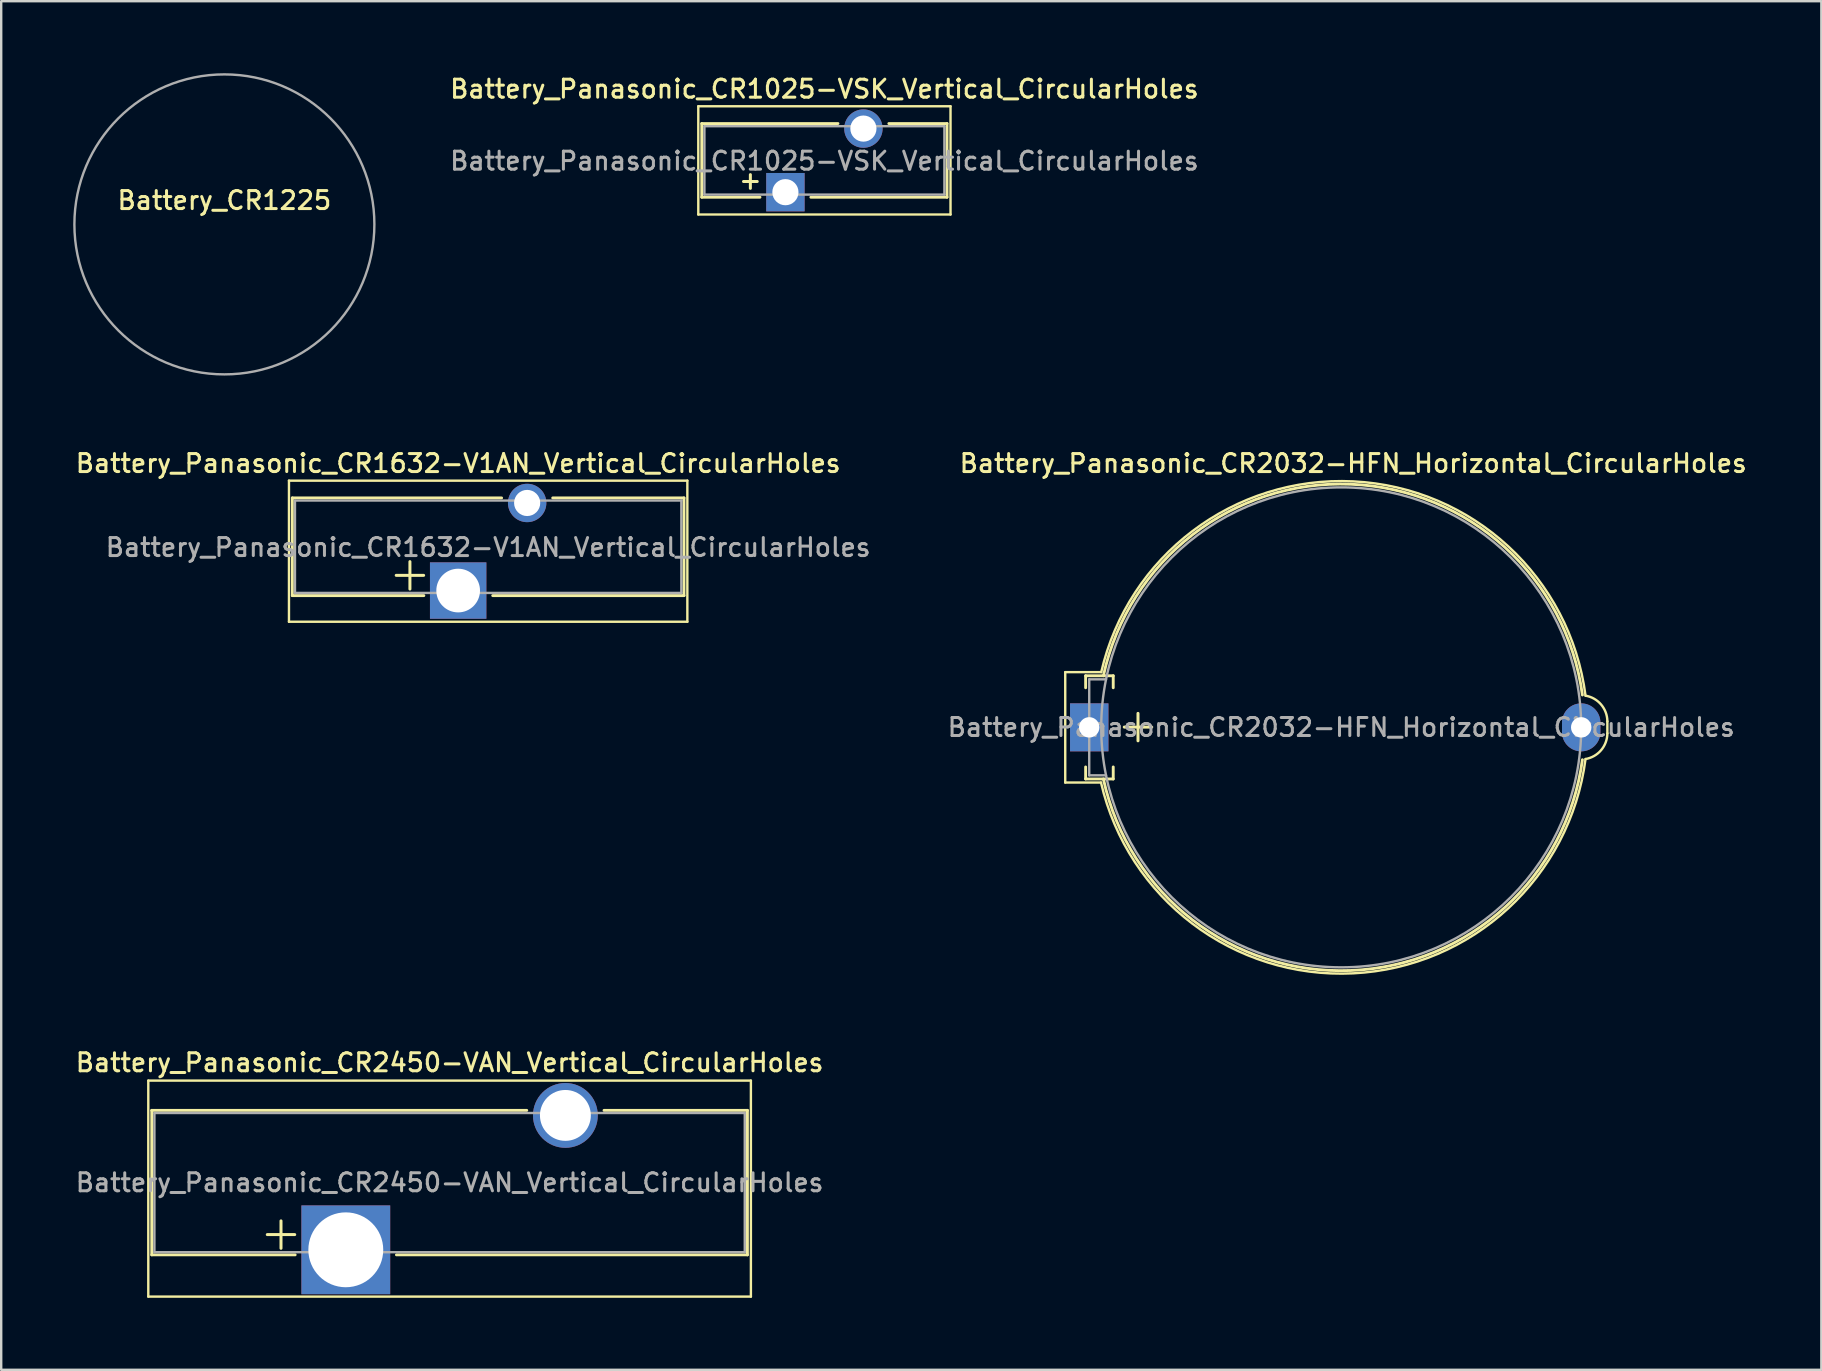
<source format=kicad_pcb>
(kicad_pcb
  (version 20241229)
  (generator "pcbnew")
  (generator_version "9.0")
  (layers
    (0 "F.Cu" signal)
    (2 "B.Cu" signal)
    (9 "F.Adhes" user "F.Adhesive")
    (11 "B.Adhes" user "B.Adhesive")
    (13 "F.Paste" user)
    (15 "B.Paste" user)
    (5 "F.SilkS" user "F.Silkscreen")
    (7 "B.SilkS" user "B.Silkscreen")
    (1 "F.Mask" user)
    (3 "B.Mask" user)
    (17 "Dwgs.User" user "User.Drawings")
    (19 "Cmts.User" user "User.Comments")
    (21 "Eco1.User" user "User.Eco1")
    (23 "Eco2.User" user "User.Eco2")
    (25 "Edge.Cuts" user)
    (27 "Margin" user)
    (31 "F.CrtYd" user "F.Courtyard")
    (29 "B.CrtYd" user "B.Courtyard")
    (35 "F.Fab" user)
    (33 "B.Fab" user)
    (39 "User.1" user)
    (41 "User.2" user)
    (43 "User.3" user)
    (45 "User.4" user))
  (footprint "Battery_Panasonic_CR2032-HFN_Horizontal_CircularHoles"
    (layer "F.Cu")
    (at 42.337 27.258)
    (property "Reference" "Battery_Panasonic_CR2032-HFN_Horizontal_CircularHoles" (at 11 -11 0) (layer "F.SilkS") (effects (font (size 0.75 0.75) (thickness 0.125))))
    (attr through_hole)
    (fp_line (start -1 -2.3) (end 0.5 -2.3) (stroke (width 0.1) (type default)) (layer "F.SilkS"))
    (fp_line (start -1 2.3) (end -1 -2.3) (stroke (width 0.1) (type default)) (layer "F.SilkS"))
    (fp_line (start -1 2.3) (end 0.49 2.3) (stroke (width 0.1) (type default)) (layer "F.SilkS"))
    (fp_line (start -0.15 -2.15) (end -0.15 -1.65) (stroke (width 0.12) (type default)) (layer "F.SilkS"))
    (fp_line (start -0.15 -2.15) (end 1 -2.15) (stroke (width 0.12) (type default)) (layer "F.SilkS"))
    (fp_line (start -0.15 2.15) (end -0.15 1.65) (stroke (width 0.12) (type default)) (layer "F.SilkS"))
    (fp_line (start -0.15 2.15) (end 1 2.15) (stroke (width 0.12) (type default)) (layer "F.SilkS"))
    (fp_line (start 1 -2.15) (end 1 -1.65) (stroke (width 0.12) (type default)) (layer "F.SilkS"))
    (fp_line (start 1 2.15) (end 1 1.65) (stroke (width 0.12) (type default)) (layer "F.SilkS"))
    (fp_line (start 21.59 -0.25) (end 21.59 0.25) (stroke (width 0.1) (type default)) (layer "F.SilkS"))
    (fp_arc (start 0.5 -2.3) (mid 10.99 -10.25) (end 20.68 -1.32) (stroke (width 0.1) (type default)) (layer "F.SilkS"))
    (fp_arc (start 0.59 -2.15) (mid 10.91 -10.13) (end 20.55 -1.35) (stroke (width 0.12) (type default)) (layer "F.SilkS"))
    (fp_arc (start 20.55 1.35) (mid 10.91 10.13) (end 0.59 2.15) (stroke (width 0.12) (type default)) (layer "F.SilkS"))
    (fp_arc (start 20.68 -1.32) (mid 21.33 -0.95) (end 21.59 -0.25) (stroke (width 0.1) (type default)) (layer "F.SilkS"))
    (fp_arc (start 20.68 1.32) (mid 10.99 10.25) (end 0.49 2.3) (stroke (width 0.1) (type default)) (layer "F.SilkS"))
    (fp_arc (start 21.59 0.25) (mid 21.33 0.95) (end 20.68 1.32) (stroke (width 0.1) (type default)) (layer "F.SilkS"))
    (fp_line (start 0 -2) (end 0.7 -2) (stroke (width 0.1) (type default)) (layer "F.Fab"))
    (fp_line (start 0 2) (end 0 -2) (stroke (width 0.1) (type default)) (layer "F.Fab"))
    (fp_line (start 0 2) (end 0.7 2) (stroke (width 0.1) (type default)) (layer "F.Fab"))
    (fp_circle (center 10.5 0) (end 20.5 0) (stroke (width 0.1) (type default)) (fill no) (layer "F.Fab"))
    (fp_text user "+" (at 2.032 -0.127 0) (layer "F.SilkS") (effects (font (size 1.5 1.5) (thickness 0.125))))
    (fp_text user "${REFERENCE}" (at 10.5 0 0) (layer "F.Fab") (effects (font (size 0.75 0.75) (thickness 0.125))))
    (pad "1" thru_hole rect (at 0 0) (size 1.6 2) (drill 0.85) (layers "*.Cu" "*.Mask"))
    (pad "2" thru_hole oval (at 20.5 0) (size 1.6 2) (drill 0.85) (layers "*.Cu" "*.Mask")))
  (footprint "Battery_Panasonic_CR1632-V1AN_Vertical_CircularHoles"
    (layer "F.Cu")
    (at 16.041 21.558)
    (property "Reference" "Battery_Panasonic_CR1632-V1AN_Vertical_CircularHoles" (at 0 -5.3 0) (layer "F.SilkS") (effects (font (size 0.75 0.75) (thickness 0.125))))
    (attr through_hole)
    (fp_line (start -7.05 -4.58) (end 9.55 -4.58) (stroke (width 0.1) (type solid)) (layer "F.SilkS"))
    (fp_line (start -7.05 1.3) (end -7.05 -4.58) (stroke (width 0.1) (type solid)) (layer "F.SilkS"))
    (fp_line (start -7.05 1.3) (end 9.55 1.3) (stroke (width 0.1) (type solid)) (layer "F.SilkS"))
    (fp_line (start -6.91 -3.86) (end 1.81 -3.86) (stroke (width 0.12) (type solid)) (layer "F.SilkS"))
    (fp_line (start -6.91 0.21) (end -6.91 -3.86) (stroke (width 0.12) (type solid)) (layer "F.SilkS"))
    (fp_line (start -6.91 0.21) (end -1.43 0.21) (stroke (width 0.12) (type solid)) (layer "F.SilkS"))
    (fp_line (start 1.44 0.21) (end 9.41 0.21) (stroke (width 0.12) (type solid)) (layer "F.SilkS"))
    (fp_line (start 3.94 -3.86) (end 9.41 -3.86) (stroke (width 0.12) (type solid)) (layer "F.SilkS"))
    (fp_line (start 9.41 0.21) (end 9.41 -3.86) (stroke (width 0.12) (type solid)) (layer "F.SilkS"))
    (fp_line (start 9.55 1.3) (end 9.55 -4.58) (stroke (width 0.1) (type solid)) (layer "F.SilkS"))
    (fp_line (start -6.8 -3.75) (end 9.3 -3.75) (stroke (width 0.1) (type solid)) (layer "F.Fab"))
    (fp_line (start -6.8 0.1) (end -6.8 -3.75) (stroke (width 0.1) (type solid)) (layer "F.Fab"))
    (fp_line (start -6.8 0.1) (end 9.3 0.1) (stroke (width 0.1) (type solid)) (layer "F.Fab"))
    (fp_line (start 9.3 0.1) (end 9.3 -3.75) (stroke (width 0.1) (type solid)) (layer "F.Fab"))
    (fp_text user "+" (at -2.01 -0.75 0) (layer "F.SilkS") (effects (font (size 1.5 1.5) (thickness 0.125))))
    (fp_text user "${REFERENCE}" (at 1.25 -1.8 180) (layer "F.Fab") (effects (font (size 0.75 0.75) (thickness 0.125))))
    (pad "1" thru_hole rect (at 0 0 90) (size 2.35 2.35) (drill 1.82) (layers "*.Cu" "*.Mask"))
    (pad "2" thru_hole circle (at 2.875 -3.65) (size 1.6 1.6) (drill 1.09) (layers "*.Cu" "*.Mask")))
  (footprint "Battery_Panasonic_CR2450-VAN_Vertical_CircularHoles"
    (layer "F.Cu")
    (at 11.359 49.028)
    (property "Reference" "Battery_Panasonic_CR2450-VAN_Vertical_CircularHoles" (at 4.325 -7.8 0) (layer "F.SilkS") (effects (font (size 0.75 0.75) (thickness 0.125))))
    (attr through_hole)
    (fp_line (start -8.23 -7.05) (end -8.23 1.95) (stroke (width 0.1) (type solid)) (layer "F.SilkS"))
    (fp_line (start -8.23 -7.05) (end 16.88 -7.05) (stroke (width 0.1) (type solid)) (layer "F.SilkS"))
    (fp_line (start -8.23 1.95) (end 16.88 1.95) (stroke (width 0.1) (type solid)) (layer "F.SilkS"))
    (fp_line (start -8.085 -5.81) (end -8.085 0.21) (stroke (width 0.12) (type solid)) (layer "F.SilkS"))
    (fp_line (start -8.085 -5.81) (end 7.54 -5.81) (stroke (width 0.12) (type solid)) (layer "F.SilkS"))
    (fp_line (start -8.085 0.21) (end -2.11 0.21) (stroke (width 0.12) (type solid)) (layer "F.SilkS"))
    (fp_line (start 2.11 0.21) (end 16.735 0.21) (stroke (width 0.12) (type solid)) (layer "F.SilkS"))
    (fp_line (start 10.76 -5.81) (end 16.735 -5.81) (stroke (width 0.12) (type solid)) (layer "F.SilkS"))
    (fp_line (start 16.735 -5.81) (end 16.735 0.21) (stroke (width 0.12) (type solid)) (layer "F.SilkS"))
    (fp_line (start 16.88 -7.05) (end 16.88 1.95) (stroke (width 0.1) (type solid)) (layer "F.SilkS"))
    (fp_line (start -7.975 -5.7) (end -7.975 0.1) (stroke (width 0.1) (type solid)) (layer "F.Fab"))
    (fp_line (start -7.975 -5.7) (end 16.625 -5.7) (stroke (width 0.1) (type solid)) (layer "F.Fab"))
    (fp_line (start -7.975 0.1) (end 16.625 0.1) (stroke (width 0.1) (type solid)) (layer "F.Fab"))
    (fp_line (start 16.625 -5.7) (end 16.625 0.1) (stroke (width 0.1) (type solid)) (layer "F.Fab"))
    (fp_text user "+" (at -2.7 -0.75 0) (layer "F.SilkS") (effects (font (size 1.5 1.5) (thickness 0.125))))
    (fp_text user "${REFERENCE}" (at 4.325 -2.8 180) (layer "F.Fab") (effects (font (size 0.75 0.75) (thickness 0.125))))
    (pad "1" thru_hole rect (at 0 0) (size 3.7 3.7) (drill 3.12) (layers "*.Cu" "*.Mask"))
    (pad "2" thru_hole circle (at 9.15 -5.6) (size 2.7 2.7) (drill 2.12) (layers "*.Cu" "*.Mask")))
  (footprint "Battery_CR1225"
    (layer "F.Cu")
    (at 6.3 6.3)
    (property "Reference" "Battery_CR1225" (at 0 -1 0) (layer "F.SilkS") (effects (font (size 0.75 0.75) (thickness 0.125))))
    (attr exclude_from_pos_files exclude_from_bom)
    (fp_circle (center 0 0) (end 6.25 0) (stroke (width 0.1) (type solid)) (fill no) (layer "F.Fab")))
  (footprint "Battery_Panasonic_CR1025-VSK_Vertical_CircularHoles"
    (layer "F.Cu")
    (at 29.677 4.958)
    (property "Reference" "Battery_Panasonic_CR1025-VSK_Vertical_CircularHoles" (at 1.625 -4.3 0) (layer "F.SilkS") (effects (font (size 0.75 0.75) (thickness 0.125))))
    (attr through_hole)
    (fp_line (start -3.63 -3.58) (end -3.63 0.93) (stroke (width 0.1) (type solid)) (layer "F.SilkS"))
    (fp_line (start -3.63 -3.58) (end 6.88 -3.58) (stroke (width 0.1) (type solid)) (layer "F.SilkS"))
    (fp_line (start -3.63 0.93) (end 6.88 0.93) (stroke (width 0.1) (type solid)) (layer "F.SilkS"))
    (fp_line (start -3.485 -2.86) (end 2.19 -2.86) (stroke (width 0.12) (type solid)) (layer "F.SilkS"))
    (fp_line (start -3.485 0.21) (end -3.485 -2.86) (stroke (width 0.12) (type solid)) (layer "F.SilkS"))
    (fp_line (start -3.485 0.21) (end -1.06 0.21) (stroke (width 0.12) (type solid)) (layer "F.SilkS"))
    (fp_line (start 1.06 0.21) (end 6.735 0.21) (stroke (width 0.12) (type solid)) (layer "F.SilkS"))
    (fp_line (start 4.31 -2.86) (end 6.735 -2.86) (stroke (width 0.12) (type solid)) (layer "F.SilkS"))
    (fp_line (start 6.735 0.21) (end 6.735 -2.86) (stroke (width 0.12) (type solid)) (layer "F.SilkS"))
    (fp_line (start 6.88 -3.58) (end 6.88 0.93) (stroke (width 0.1) (type solid)) (layer "F.SilkS"))
    (fp_line (start -3.375 -2.75) (end -3.375 0.1) (stroke (width 0.1) (type solid)) (layer "F.Fab"))
    (fp_line (start -3.375 -2.75) (end 6.625 -2.75) (stroke (width 0.1) (type solid)) (layer "F.Fab"))
    (fp_line (start -3.375 0.1) (end 6.625 0.1) (stroke (width 0.1) (type solid)) (layer "F.Fab"))
    (fp_line (start 6.625 -2.75) (end 6.625 0.1) (stroke (width 0.1) (type solid)) (layer "F.Fab"))
    (fp_text user "+" (at -1.46 -0.5 0) (layer "F.SilkS") (effects (font (size 0.75 0.75) (thickness 0.125))))
    (fp_text user "${REFERENCE}" (at 1.625 -1.3 180) (layer "F.Fab") (effects (font (size 0.75 0.75) (thickness 0.125))))
    (pad "1" thru_hole rect (at 0 0) (size 1.6 1.6) (drill 1.09) (layers "*.Cu" "*.Mask"))
    (pad "2" thru_hole circle (at 3.25 -2.65) (size 1.6 1.6) (drill 1.09) (layers "*.Cu" "*.Mask")))
  (gr_rect
    (start -3 -3)
    (end 72.843 54.028)
    (stroke (width 0.1) (type default))
    (fill no)
    (layer "Edge.Cuts")))
</source>
